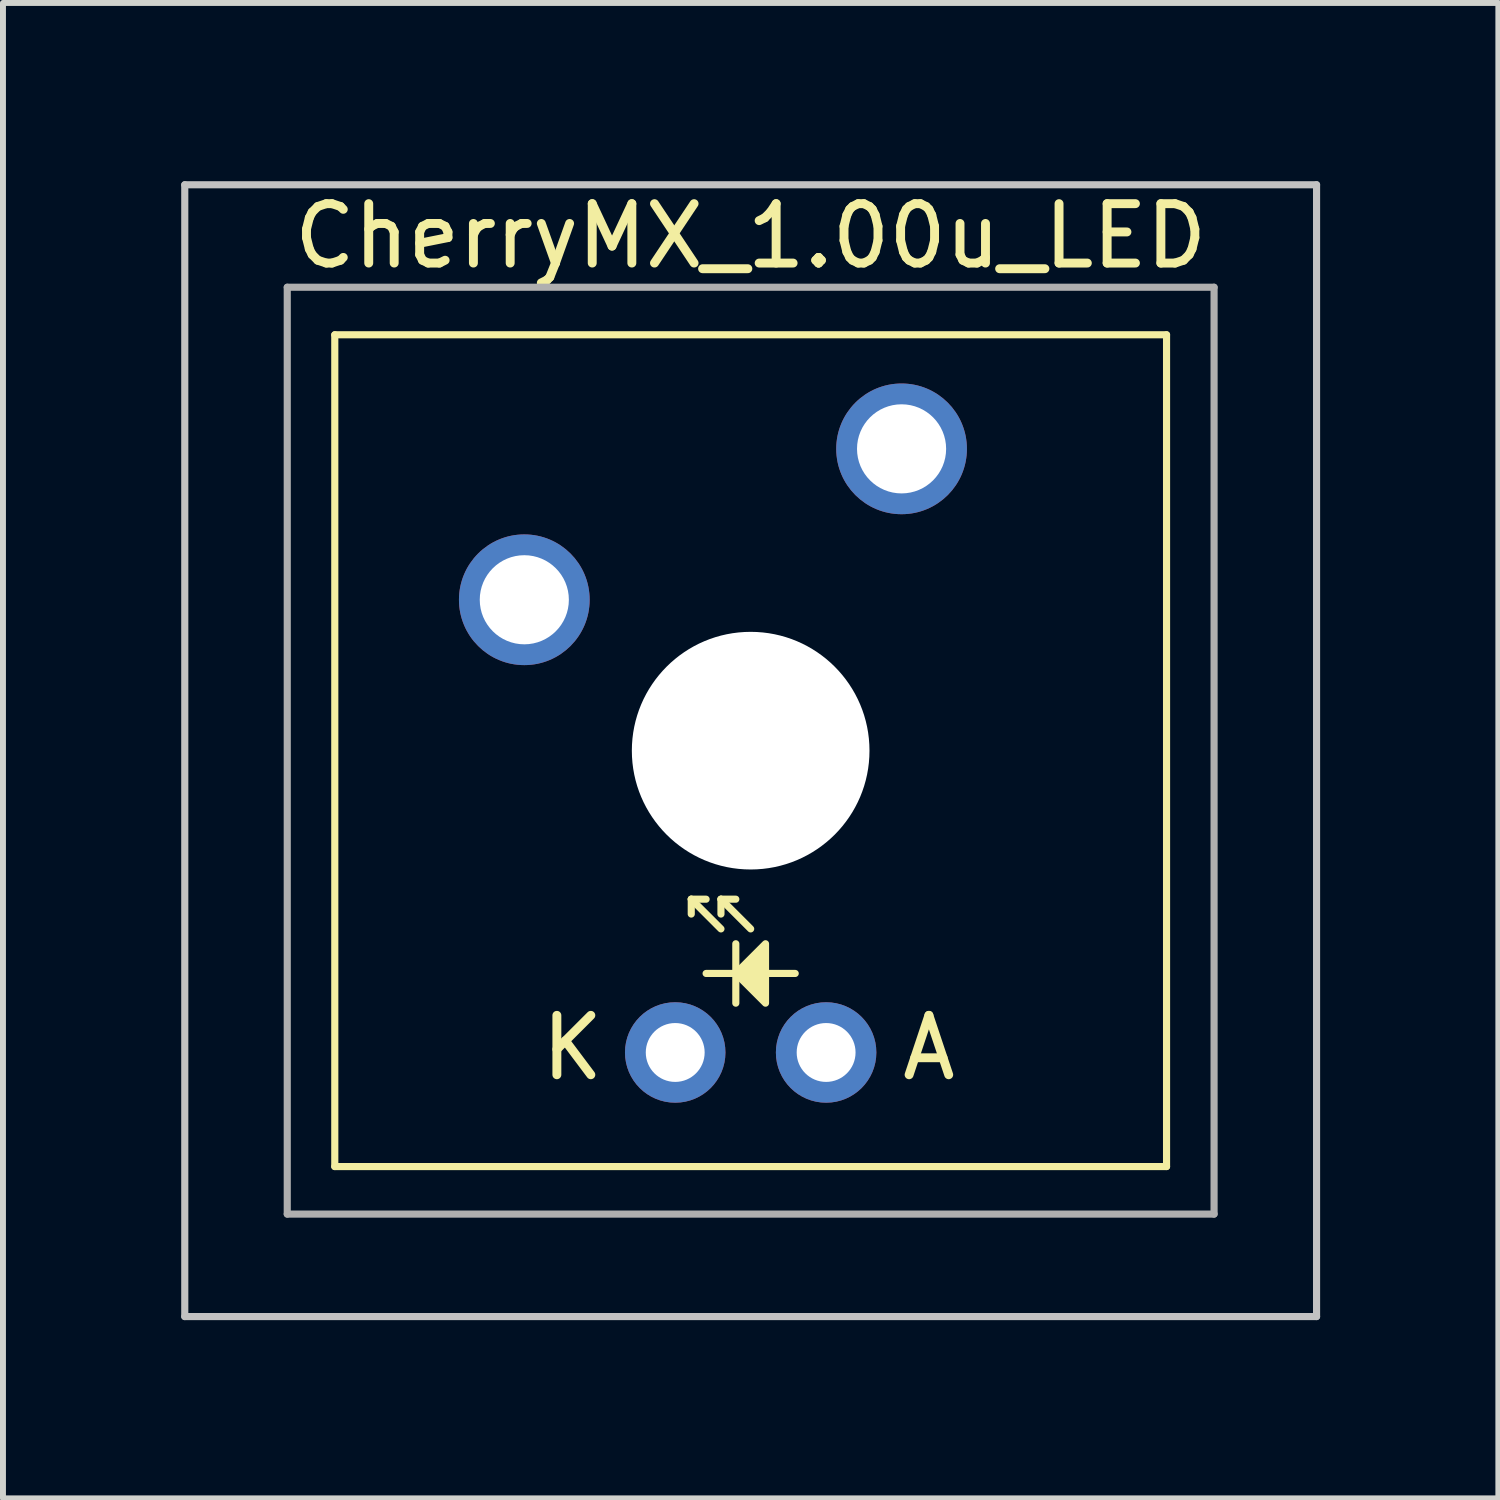
<source format=kicad_pcb>
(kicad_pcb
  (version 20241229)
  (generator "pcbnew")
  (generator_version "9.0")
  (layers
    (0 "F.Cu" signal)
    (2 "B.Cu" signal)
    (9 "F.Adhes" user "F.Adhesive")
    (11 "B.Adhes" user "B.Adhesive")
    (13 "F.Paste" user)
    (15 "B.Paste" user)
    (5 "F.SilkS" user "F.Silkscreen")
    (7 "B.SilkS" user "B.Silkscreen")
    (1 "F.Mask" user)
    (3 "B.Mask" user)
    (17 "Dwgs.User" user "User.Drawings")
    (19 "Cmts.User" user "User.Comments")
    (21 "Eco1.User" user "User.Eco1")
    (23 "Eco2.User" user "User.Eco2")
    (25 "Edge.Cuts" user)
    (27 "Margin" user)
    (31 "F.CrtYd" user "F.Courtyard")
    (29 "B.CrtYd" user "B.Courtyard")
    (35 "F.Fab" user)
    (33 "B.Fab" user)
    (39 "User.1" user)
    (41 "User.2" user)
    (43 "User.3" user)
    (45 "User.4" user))
  (footprint "CherryMX_1.00u_LED"
    (layer "F.Cu")
    (at 9.585 9.585)
    (property "Reference" "CherryMX_1.00u_LED" (at 0 -8.662 0) (layer "F.SilkS") (effects (font (size 1 1) (thickness 0.15))))
    (attr through_hole)
    (fp_line (start -7 -7) (end -7 7) (stroke (width 0.12) (type solid)) (layer "F.SilkS"))
    (fp_line (start -7 -7) (end 7 -7) (stroke (width 0.12) (type solid)) (layer "F.SilkS"))
    (fp_line (start -1 2.75) (end -1 2.5) (stroke (width 0.12) (type solid)) (layer "F.SilkS"))
    (fp_line (start -0.75 2.5) (end -1 2.5) (stroke (width 0.12) (type solid)) (layer "F.SilkS"))
    (fp_line (start -0.5 2.75) (end -0.5 2.5) (stroke (width 0.12) (type solid)) (layer "F.SilkS"))
    (fp_line (start -0.5 3) (end -1 2.5) (stroke (width 0.12) (type solid)) (layer "F.SilkS"))
    (fp_line (start -0.25 2.5) (end -0.5 2.5) (stroke (width 0.12) (type solid)) (layer "F.SilkS"))
    (fp_line (start -0.25 4.25) (end -0.25 3.25) (stroke (width 0.12) (type solid)) (layer "F.SilkS"))
    (fp_line (start 0 3) (end -0.5 2.5) (stroke (width 0.12) (type solid)) (layer "F.SilkS"))
    (fp_line (start 0.75 3.75) (end -0.75 3.75) (stroke (width 0.12) (type solid)) (layer "F.SilkS"))
    (fp_line (start 7 -7) (end 7 7) (stroke (width 0.12) (type solid)) (layer "F.SilkS"))
    (fp_line (start 7 7) (end -7 7) (stroke (width 0.12) (type solid)) (layer "F.SilkS"))
    (fp_poly (pts (xy 0.25 4.25) (xy -0.25 3.75) (xy 0.25 3.25)) (stroke (width 0.12) (type solid)) (fill yes) (layer "F.SilkS"))
    (fp_line (start -9.525 -9.525) (end 9.525 -9.525) (stroke (width 0.12) (type solid)) (layer "Dwgs.User"))
    (fp_line (start -9.525 9.525) (end -9.525 -9.525) (stroke (width 0.12) (type solid)) (layer "Dwgs.User"))
    (fp_line (start 9.525 -9.525) (end 9.525 9.525) (stroke (width 0.12) (type solid)) (layer "Dwgs.User"))
    (fp_line (start 9.525 9.525) (end -9.525 9.525) (stroke (width 0.12) (type solid)) (layer "Dwgs.User"))
    (fp_line (start -7.8 -7.8) (end -7.8 7.8) (stroke (width 0.12) (type solid)) (layer "F.Fab"))
    (fp_line (start -7.8 -7.8) (end 7.8 -7.8) (stroke (width 0.12) (type solid)) (layer "F.Fab"))
    (fp_line (start -7.8 7.8) (end 7.8 7.8) (stroke (width 0.12) (type solid)) (layer "F.Fab"))
    (fp_line (start 7.8 -7.8) (end 7.8 7.8) (stroke (width 0.12) (type solid)) (layer "F.Fab"))
    (fp_text user "K" (at -3 5 0) (unlocked yes) (layer "F.SilkS") (effects (font (size 1 1) (thickness 0.15))))
    (fp_text user "A" (at 3 5 0) (unlocked yes) (layer "F.SilkS") (effects (font (size 1 1) (thickness 0.15))))
    (pad "" np_thru_hole circle (at 0 0) (size 4 4) (drill 4) (layers "*.Cu" "*.Mask"))
    (pad "1" thru_hole circle (at -3.81 -2.54) (size 2.2 2.2) (drill 1.5) (layers "*.Cu" "*.Mask"))
    (pad "2" thru_hole circle (at 2.54 -5.08) (size 2.2 2.2) (drill 1.5) (layers "*.Cu" "*.Mask"))
    (pad "3" thru_hole circle (at -1.27 5.08) (size 1.691 1.691) (drill 0.991) (layers "*.Cu" "*.Mask"))
    (pad "4" thru_hole circle (at 1.27 5.08) (size 1.691 1.691) (drill 0.991) (layers "*.Cu" "*.Mask")))
  (gr_rect
    (start -3 -3)
    (end 22.17 22.17)
    (stroke (width 0.1) (type default))
    (fill no)
    (layer "Edge.Cuts")))
</source>
